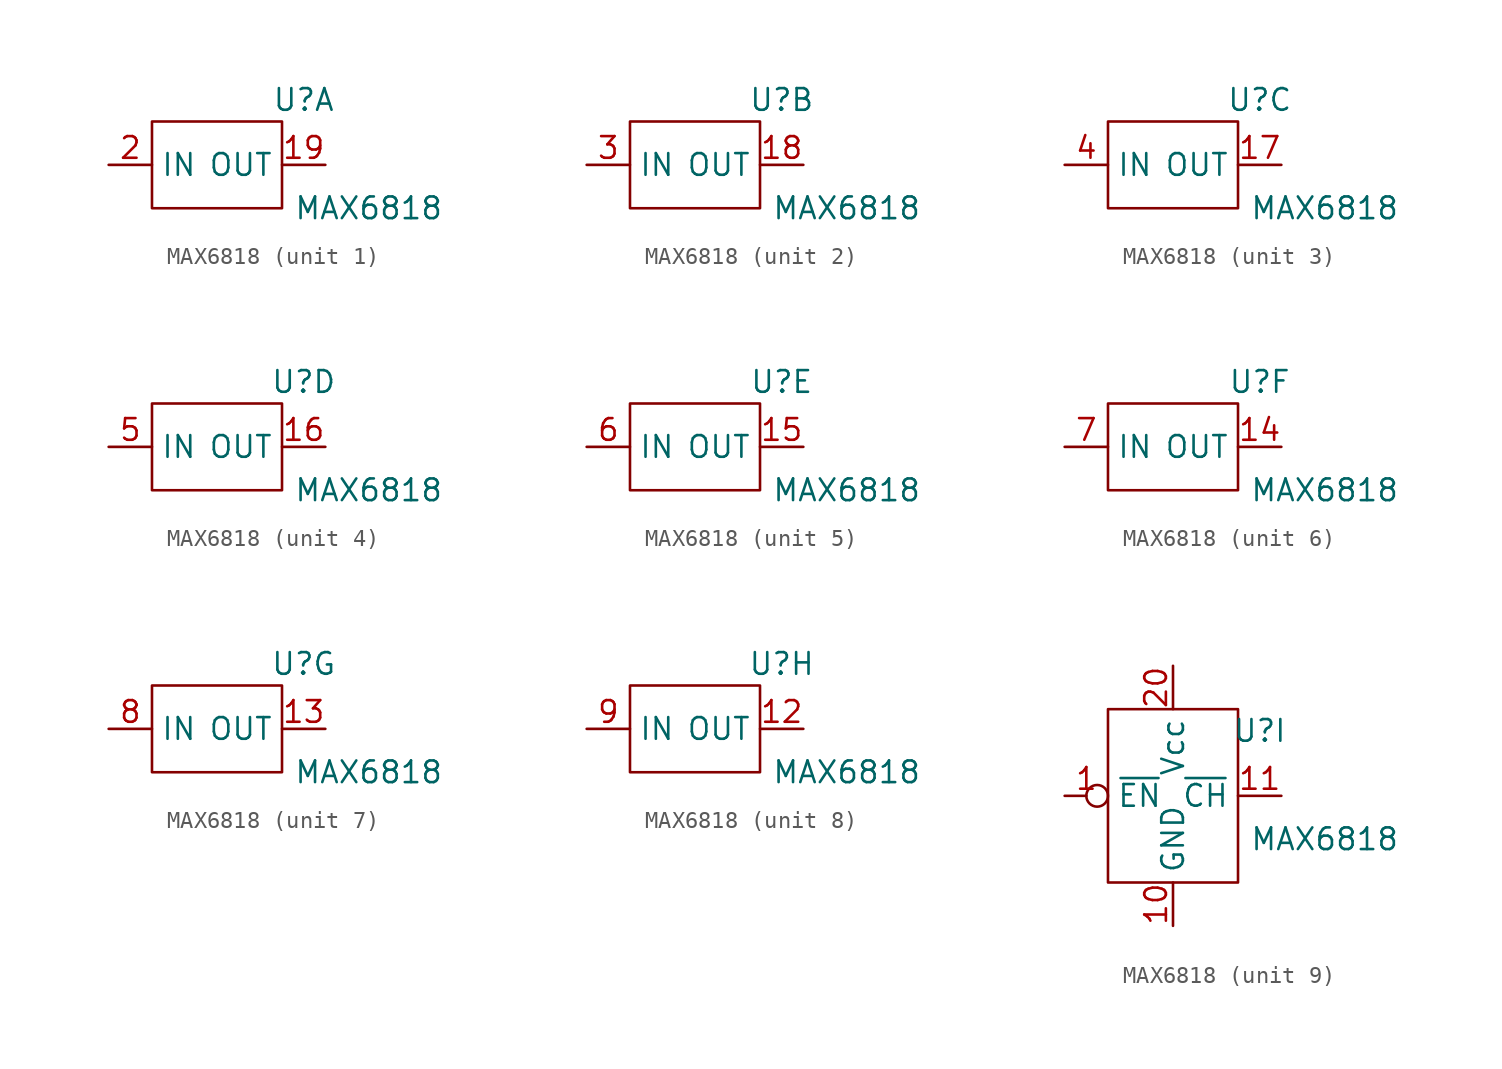
<source format=kicad_sym>
(kicad_symbol_lib
  (version 20211014)
  (generator kicad_symbol_editor)
  (symbol "MAX6818"
    (property "Reference" "U"
      (at 5.08 3.81 0)
      (effects (font (size 1.27 1.27))))
    (property "Value" "MAX6818"
      (at 8.89 -2.54 0)
      (effects (font (size 1.27 1.27))))
    (property "ki_locked" ""
      (at 0 0 0)
      (effects (font (size 1.27 1.27))))
    (symbol "MAX6818_1_1"
      (rectangle (start -3.81 2.54) (end 3.81 -2.54) (stroke (width 0) (type default) (color 0 0 0 0)) (fill (type none)))
      (pin output line (at 6.35 0 180) (length 2.54) (name "OUT" (effects (font (size 1.27 1.27)))) (number "19" (effects (font (size 1.27 1.27)))))
      (pin input line (at -6.35 0 0) (length 2.54) (name "IN" (effects (font (size 1.27 1.27)))) (number "2" (effects (font (size 1.27 1.27))))))
    (symbol "MAX6818_2_1"
      (rectangle (start -3.81 2.54) (end 3.81 -2.54) (stroke (width 0) (type default) (color 0 0 0 0)) (fill (type none)))
      (pin output line (at 6.35 0 180) (length 2.54) (name "OUT" (effects (font (size 1.27 1.27)))) (number "18" (effects (font (size 1.27 1.27)))))
      (pin input line (at -6.35 0 0) (length 2.54) (name "IN" (effects (font (size 1.27 1.27)))) (number "3" (effects (font (size 1.27 1.27))))))
    (symbol "MAX6818_3_1"
      (rectangle (start -3.81 2.54) (end 3.81 -2.54) (stroke (width 0) (type default) (color 0 0 0 0)) (fill (type none)))
      (pin output line (at 6.35 0 180) (length 2.54) (name "OUT" (effects (font (size 1.27 1.27)))) (number "17" (effects (font (size 1.27 1.27)))))
      (pin input line (at -6.35 0 0) (length 2.54) (name "IN" (effects (font (size 1.27 1.27)))) (number "4" (effects (font (size 1.27 1.27))))))
    (symbol "MAX6818_4_1"
      (rectangle (start -3.81 2.54) (end 3.81 -2.54) (stroke (width 0) (type default) (color 0 0 0 0)) (fill (type none)))
      (pin output line (at 6.35 0 180) (length 2.54) (name "OUT" (effects (font (size 1.27 1.27)))) (number "16" (effects (font (size 1.27 1.27)))))
      (pin input line (at -6.35 0 0) (length 2.54) (name "IN" (effects (font (size 1.27 1.27)))) (number "5" (effects (font (size 1.27 1.27))))))
    (symbol "MAX6818_5_1"
      (rectangle (start 3.81 -2.54) (end -3.81 2.54) (stroke (width 0) (type default) (color 0 0 0 0)) (fill (type none)))
      (pin output line (at 6.35 0 180) (length 2.54) (name "OUT" (effects (font (size 1.27 1.27)))) (number "15" (effects (font (size 1.27 1.27)))))
      (pin input line (at -6.35 0 0) (length 2.54) (name "IN" (effects (font (size 1.27 1.27)))) (number "6" (effects (font (size 1.27 1.27))))))
    (symbol "MAX6818_6_1"
      (rectangle (start -3.81 2.54) (end 3.81 -2.54) (stroke (width 0) (type default) (color 0 0 0 0)) (fill (type none)))
      (pin output line (at 6.35 0 180) (length 2.54) (name "OUT" (effects (font (size 1.27 1.27)))) (number "14" (effects (font (size 1.27 1.27)))))
      (pin input line (at -6.35 0 0) (length 2.54) (name "IN" (effects (font (size 1.27 1.27)))) (number "7" (effects (font (size 1.27 1.27))))))
    (symbol "MAX6818_7_1"
      (rectangle (start -3.81 2.54) (end 3.81 -2.54) (stroke (width 0) (type default) (color 0 0 0 0)) (fill (type none)))
      (pin output line (at 6.35 0 180) (length 2.54) (name "OUT" (effects (font (size 1.27 1.27)))) (number "13" (effects (font (size 1.27 1.27)))))
      (pin input line (at -6.35 0 0) (length 2.54) (name "IN" (effects (font (size 1.27 1.27)))) (number "8" (effects (font (size 1.27 1.27))))))
    (symbol "MAX6818_8_1"
      (rectangle (start -3.81 2.54) (end 3.81 -2.54) (stroke (width 0) (type default) (color 0 0 0 0)) (fill (type none)))
      (pin output line (at 6.35 0 180) (length 2.54) (name "OUT" (effects (font (size 1.27 1.27)))) (number "12" (effects (font (size 1.27 1.27)))))
      (pin input line (at -6.35 0 0) (length 2.54) (name "IN" (effects (font (size 1.27 1.27)))) (number "9" (effects (font (size 1.27 1.27))))))
    (symbol "MAX6818_9_1"
      (rectangle (start -3.81 5.08) (end 3.81 -5.08) (stroke (width 0) (type default) (color 0 0 0 0)) (fill (type none)))
      (pin input inverted (at -6.35 0 0) (length 2.54) (name "~{EN}" (effects (font (size 1.27 1.27)))) (number "1" (effects (font (size 1.27 1.27)))))
      (pin power_in line (at 0 -7.62 90) (length 2.54) (name "GND" (effects (font (size 1.27 1.27)))) (number "10" (effects (font (size 1.27 1.27)))))
      (pin output line (at 6.35 0 180) (length 2.54) (name "~{CH}" (effects (font (size 1.27 1.27)))) (number "11" (effects (font (size 1.27 1.27)))))
      (pin power_in line (at 0 7.62 270) (length 2.54) (name "Vcc" (effects (font (size 1.27 1.27)))) (number "20" (effects (font (size 1.27 1.27))))))))
</source>
